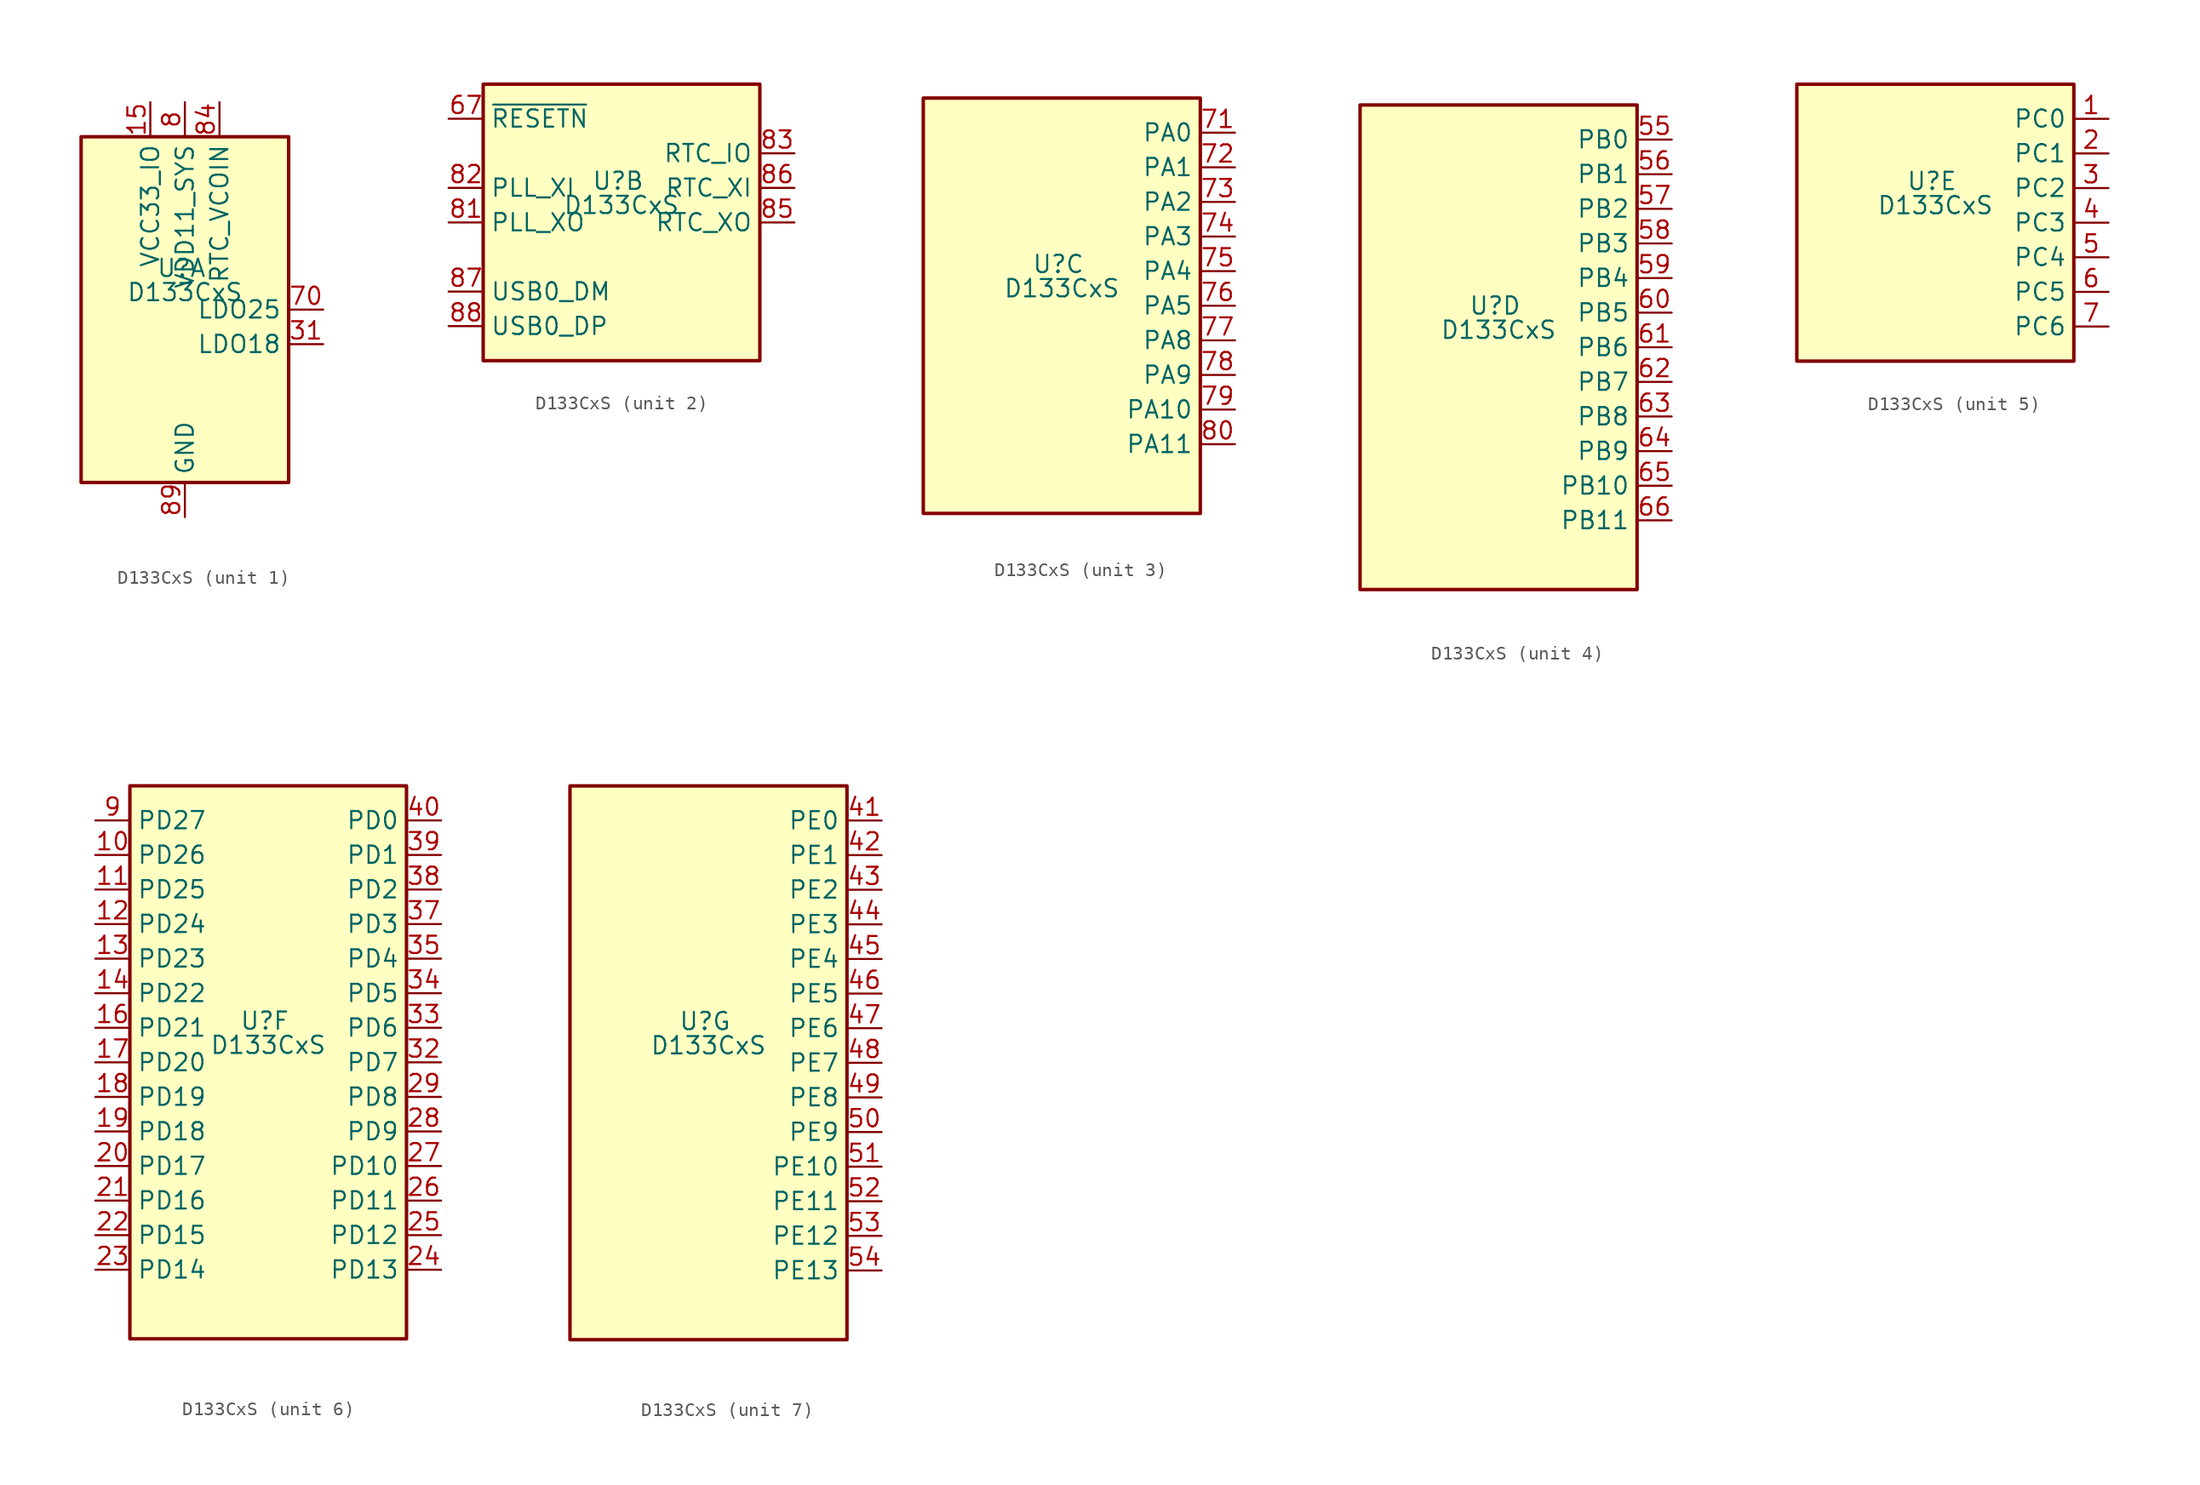
<source format=kicad_sym>
(kicad_symbol_lib
  (version 20231120)
  (generator "kicad_symbol_editor")
  (generator_version "8.0")
  (symbol "D133CxS"
    (property "Reference" "U"
      (at -0.254 3.048 0)
      (effects (font (size 1.27 1.27))))
    (property "Value" "D133CxS"
      (at 0 1.27 0)
      (effects (font (size 1.27 1.27))))
    (property "ki_locked" ""
      (at 0 0 0)
      (effects (font (size 1.27 1.27))))
    (symbol "D133CxS_1_0"
      (pin power_in line (at -2.54 15.24 270) (length 2.54) (name "VCC33_IO" (effects (font (size 1.27 1.27)))) (number "15" (effects (font (size 1.27 1.27)))))
      (pin bidirectional line (at 0 15.24 270) (length 2.54) hide (name "VDD11_SYS" (effects (font (size 1.27 1.27)))) (number "30" (effects (font (size 1.27 1.27)))))
      (pin power_out line (at 10.16 -2.54 180) (length 2.54) (name "LDO18" (effects (font (size 1.27 1.27)))) (number "31" (effects (font (size 1.27 1.27)))))
      (pin passive line (at -2.54 15.24 270) (length 2.54) hide (name "VCC33_IO" (effects (font (size 1.27 1.27)))) (number "36" (effects (font (size 1.27 1.27)))))
      (pin bidirectional line (at 0 15.24 270) (length 2.54) hide (name "VDD11_SYS" (effects (font (size 1.27 1.27)))) (number "68" (effects (font (size 1.27 1.27)))))
      (pin passive line (at -2.54 15.24 270) (length 2.54) hide (name "VCC33_IO" (effects (font (size 1.27 1.27)))) (number "69" (effects (font (size 1.27 1.27)))))
      (pin power_out line (at 10.16 0 180) (length 2.54) (name "LDO25" (effects (font (size 1.27 1.27)))) (number "70" (effects (font (size 1.27 1.27)))))
      (pin bidirectional line (at 0 15.24 270) (length 2.54) (name "VDD11_SYS" (effects (font (size 1.27 1.27)))) (number "8" (effects (font (size 1.27 1.27)))))
      (pin power_in line (at 2.54 15.24 270) (length 2.54) (name "RTC_VCOIN" (effects (font (size 1.27 1.27)))) (number "84" (effects (font (size 1.27 1.27)))))
      (pin power_in line (at 0 -15.24 90) (length 2.54) (name "GND" (effects (font (size 1.27 1.27)))) (number "89" (effects (font (size 1.27 1.27))))))
    (symbol "D133CxS_1_1"
      (rectangle (start -7.62 12.7) (end 7.62 -12.7) (stroke (width 0.254) (type default)) (fill (type background))))
    (symbol "D133CxS_2_0"
      (pin input line (at -12.7 7.62 0) (length 2.54) (name "~{RESETN}" (effects (font (size 1.27 1.27)))) (number "67" (effects (font (size 1.27 1.27)))))
      (pin output line (at -12.7 0 0) (length 2.54) (name "PLL_XO" (effects (font (size 1.27 1.27)))) (number "81" (effects (font (size 1.27 1.27)))))
      (pin input line (at -12.7 2.54 0) (length 2.54) (name "PLL_XI" (effects (font (size 1.27 1.27)))) (number "82" (effects (font (size 1.27 1.27)))))
      (pin output line (at 12.7 5.08 180) (length 2.54) (name "RTC_IO" (effects (font (size 1.27 1.27)))) (number "83" (effects (font (size 1.27 1.27)))))
      (pin output line (at 12.7 0 180) (length 2.54) (name "RTC_XO" (effects (font (size 1.27 1.27)))) (number "85" (effects (font (size 1.27 1.27)))))
      (pin input line (at 12.7 2.54 180) (length 2.54) (name "RTC_XI" (effects (font (size 1.27 1.27)))) (number "86" (effects (font (size 1.27 1.27)))))
      (pin bidirectional line (at -12.7 -5.08 0) (length 2.54) (name "USB0_DM" (effects (font (size 1.27 1.27)))) (number "87" (effects (font (size 1.27 1.27)))))
      (pin bidirectional line (at -12.7 -7.62 0) (length 2.54) (name "USB0_DP" (effects (font (size 1.27 1.27)))) (number "88" (effects (font (size 1.27 1.27))))))
    (symbol "D133CxS_2_1"
      (rectangle (start -10.16 10.16) (end 10.16 -10.16) (stroke (width 0.254) (type default)) (fill (type background))))
    (symbol "D133CxS_3_0"
      (pin bidirectional line (at 12.7 12.7 180) (length 2.54) (name "PA0" (effects (font (size 1.27 1.27)))) (number "71" (effects (font (size 1.27 1.27)))))
      (pin bidirectional line (at 12.7 10.16 180) (length 2.54) (name "PA1" (effects (font (size 1.27 1.27)))) (number "72" (effects (font (size 1.27 1.27)))))
      (pin bidirectional line (at 12.7 7.62 180) (length 2.54) (name "PA2" (effects (font (size 1.27 1.27)))) (number "73" (effects (font (size 1.27 1.27)))))
      (pin bidirectional line (at 12.7 5.08 180) (length 2.54) (name "PA3" (effects (font (size 1.27 1.27)))) (number "74" (effects (font (size 1.27 1.27)))))
      (pin bidirectional line (at 12.7 2.54 180) (length 2.54) (name "PA4" (effects (font (size 1.27 1.27)))) (number "75" (effects (font (size 1.27 1.27)))))
      (pin bidirectional line (at 12.7 0 180) (length 2.54) (name "PA5" (effects (font (size 1.27 1.27)))) (number "76" (effects (font (size 1.27 1.27)))))
      (pin bidirectional line (at 12.7 -2.54 180) (length 2.54) (name "PA8" (effects (font (size 1.27 1.27)))) (number "77" (effects (font (size 1.27 1.27)))))
      (pin bidirectional line (at 12.7 -5.08 180) (length 2.54) (name "PA9" (effects (font (size 1.27 1.27)))) (number "78" (effects (font (size 1.27 1.27)))))
      (pin bidirectional line (at 12.7 -7.62 180) (length 2.54) (name "PA10" (effects (font (size 1.27 1.27)))) (number "79" (effects (font (size 1.27 1.27)))))
      (pin bidirectional line (at 12.7 -10.16 180) (length 2.54) (name "PA11" (effects (font (size 1.27 1.27)))) (number "80" (effects (font (size 1.27 1.27))))))
    (symbol "D133CxS_3_1"
      (rectangle (start -10.16 15.24) (end 10.16 -15.24) (stroke (width 0.254) (type default)) (fill (type background))))
    (symbol "D133CxS_4_0"
      (pin bidirectional line (at 12.7 15.24 180) (length 2.54) (name "PB0" (effects (font (size 1.27 1.27)))) (number "55" (effects (font (size 1.27 1.27)))))
      (pin bidirectional line (at 12.7 12.7 180) (length 2.54) (name "PB1" (effects (font (size 1.27 1.27)))) (number "56" (effects (font (size 1.27 1.27)))))
      (pin bidirectional line (at 12.7 10.16 180) (length 2.54) (name "PB2" (effects (font (size 1.27 1.27)))) (number "57" (effects (font (size 1.27 1.27)))))
      (pin bidirectional line (at 12.7 7.62 180) (length 2.54) (name "PB3" (effects (font (size 1.27 1.27)))) (number "58" (effects (font (size 1.27 1.27)))))
      (pin bidirectional line (at 12.7 5.08 180) (length 2.54) (name "PB4" (effects (font (size 1.27 1.27)))) (number "59" (effects (font (size 1.27 1.27)))))
      (pin bidirectional line (at 12.7 2.54 180) (length 2.54) (name "PB5" (effects (font (size 1.27 1.27)))) (number "60" (effects (font (size 1.27 1.27)))))
      (pin bidirectional line (at 12.7 0 180) (length 2.54) (name "PB6" (effects (font (size 1.27 1.27)))) (number "61" (effects (font (size 1.27 1.27)))))
      (pin bidirectional line (at 12.7 -2.54 180) (length 2.54) (name "PB7" (effects (font (size 1.27 1.27)))) (number "62" (effects (font (size 1.27 1.27)))))
      (pin bidirectional line (at 12.7 -5.08 180) (length 2.54) (name "PB8" (effects (font (size 1.27 1.27)))) (number "63" (effects (font (size 1.27 1.27)))))
      (pin bidirectional line (at 12.7 -7.62 180) (length 2.54) (name "PB9" (effects (font (size 1.27 1.27)))) (number "64" (effects (font (size 1.27 1.27)))))
      (pin bidirectional line (at 12.7 -10.16 180) (length 2.54) (name "PB10" (effects (font (size 1.27 1.27)))) (number "65" (effects (font (size 1.27 1.27)))))
      (pin bidirectional line (at 12.7 -12.7 180) (length 2.54) (name "PB11" (effects (font (size 1.27 1.27)))) (number "66" (effects (font (size 1.27 1.27))))))
    (symbol "D133CxS_4_1"
      (rectangle (start -10.16 17.78) (end 10.16 -17.78) (stroke (width 0.254) (type default)) (fill (type background))))
    (symbol "D133CxS_5_0"
      (pin bidirectional line (at 12.7 7.62 180) (length 2.54) (name "PC0" (effects (font (size 1.27 1.27)))) (number "1" (effects (font (size 1.27 1.27)))))
      (pin bidirectional line (at 12.7 5.08 180) (length 2.54) (name "PC1" (effects (font (size 1.27 1.27)))) (number "2" (effects (font (size 1.27 1.27)))))
      (pin bidirectional line (at 12.7 2.54 180) (length 2.54) (name "PC2" (effects (font (size 1.27 1.27)))) (number "3" (effects (font (size 1.27 1.27)))))
      (pin bidirectional line (at 12.7 0 180) (length 2.54) (name "PC3" (effects (font (size 1.27 1.27)))) (number "4" (effects (font (size 1.27 1.27)))))
      (pin bidirectional line (at 12.7 -2.54 180) (length 2.54) (name "PC4" (effects (font (size 1.27 1.27)))) (number "5" (effects (font (size 1.27 1.27)))))
      (pin bidirectional line (at 12.7 -5.08 180) (length 2.54) (name "PC5" (effects (font (size 1.27 1.27)))) (number "6" (effects (font (size 1.27 1.27)))))
      (pin bidirectional line (at 12.7 -7.62 180) (length 2.54) (name "PC6" (effects (font (size 1.27 1.27)))) (number "7" (effects (font (size 1.27 1.27))))))
    (symbol "D133CxS_5_1"
      (rectangle (start -10.16 10.16) (end 10.16 -10.16) (stroke (width 0.254) (type default)) (fill (type background))))
    (symbol "D133CxS_6_0"
      (pin bidirectional line (at -12.7 15.24 0) (length 2.54) (name "PD26" (effects (font (size 1.27 1.27)))) (number "10" (effects (font (size 1.27 1.27)))))
      (pin bidirectional line (at -12.7 12.7 0) (length 2.54) (name "PD25" (effects (font (size 1.27 1.27)))) (number "11" (effects (font (size 1.27 1.27)))))
      (pin bidirectional line (at -12.7 10.16 0) (length 2.54) (name "PD24" (effects (font (size 1.27 1.27)))) (number "12" (effects (font (size 1.27 1.27)))))
      (pin bidirectional line (at -12.7 7.62 0) (length 2.54) (name "PD23" (effects (font (size 1.27 1.27)))) (number "13" (effects (font (size 1.27 1.27)))))
      (pin bidirectional line (at -12.7 5.08 0) (length 2.54) (name "PD22" (effects (font (size 1.27 1.27)))) (number "14" (effects (font (size 1.27 1.27)))))
      (pin bidirectional line (at -12.7 2.54 0) (length 2.54) (name "PD21" (effects (font (size 1.27 1.27)))) (number "16" (effects (font (size 1.27 1.27)))))
      (pin bidirectional line (at -12.7 0 0) (length 2.54) (name "PD20" (effects (font (size 1.27 1.27)))) (number "17" (effects (font (size 1.27 1.27)))))
      (pin bidirectional line (at -12.7 -2.54 0) (length 2.54) (name "PD19" (effects (font (size 1.27 1.27)))) (number "18" (effects (font (size 1.27 1.27)))))
      (pin bidirectional line (at -12.7 -5.08 0) (length 2.54) (name "PD18" (effects (font (size 1.27 1.27)))) (number "19" (effects (font (size 1.27 1.27)))))
      (pin bidirectional line (at -12.7 -7.62 0) (length 2.54) (name "PD17" (effects (font (size 1.27 1.27)))) (number "20" (effects (font (size 1.27 1.27)))))
      (pin bidirectional line (at -12.7 -10.16 0) (length 2.54) (name "PD16" (effects (font (size 1.27 1.27)))) (number "21" (effects (font (size 1.27 1.27)))))
      (pin bidirectional line (at -12.7 -12.7 0) (length 2.54) (name "PD15" (effects (font (size 1.27 1.27)))) (number "22" (effects (font (size 1.27 1.27)))))
      (pin bidirectional line (at -12.7 -15.24 0) (length 2.54) (name "PD14" (effects (font (size 1.27 1.27)))) (number "23" (effects (font (size 1.27 1.27)))))
      (pin bidirectional line (at 12.7 -15.24 180) (length 2.54) (name "PD13" (effects (font (size 1.27 1.27)))) (number "24" (effects (font (size 1.27 1.27)))))
      (pin bidirectional line (at 12.7 -12.7 180) (length 2.54) (name "PD12" (effects (font (size 1.27 1.27)))) (number "25" (effects (font (size 1.27 1.27)))))
      (pin bidirectional line (at 12.7 -10.16 180) (length 2.54) (name "PD11" (effects (font (size 1.27 1.27)))) (number "26" (effects (font (size 1.27 1.27)))))
      (pin bidirectional line (at 12.7 -7.62 180) (length 2.54) (name "PD10" (effects (font (size 1.27 1.27)))) (number "27" (effects (font (size 1.27 1.27)))))
      (pin bidirectional line (at 12.7 -5.08 180) (length 2.54) (name "PD9" (effects (font (size 1.27 1.27)))) (number "28" (effects (font (size 1.27 1.27)))))
      (pin bidirectional line (at 12.7 -2.54 180) (length 2.54) (name "PD8" (effects (font (size 1.27 1.27)))) (number "29" (effects (font (size 1.27 1.27)))))
      (pin bidirectional line (at 12.7 0 180) (length 2.54) (name "PD7" (effects (font (size 1.27 1.27)))) (number "32" (effects (font (size 1.27 1.27)))))
      (pin bidirectional line (at 12.7 2.54 180) (length 2.54) (name "PD6" (effects (font (size 1.27 1.27)))) (number "33" (effects (font (size 1.27 1.27)))))
      (pin bidirectional line (at 12.7 5.08 180) (length 2.54) (name "PD5" (effects (font (size 1.27 1.27)))) (number "34" (effects (font (size 1.27 1.27)))))
      (pin bidirectional line (at 12.7 7.62 180) (length 2.54) (name "PD4" (effects (font (size 1.27 1.27)))) (number "35" (effects (font (size 1.27 1.27)))))
      (pin bidirectional line (at 12.7 10.16 180) (length 2.54) (name "PD3" (effects (font (size 1.27 1.27)))) (number "37" (effects (font (size 1.27 1.27)))))
      (pin bidirectional line (at 12.7 12.7 180) (length 2.54) (name "PD2" (effects (font (size 1.27 1.27)))) (number "38" (effects (font (size 1.27 1.27)))))
      (pin bidirectional line (at 12.7 15.24 180) (length 2.54) (name "PD1" (effects (font (size 1.27 1.27)))) (number "39" (effects (font (size 1.27 1.27)))))
      (pin bidirectional line (at 12.7 17.78 180) (length 2.54) (name "PD0" (effects (font (size 1.27 1.27)))) (number "40" (effects (font (size 1.27 1.27)))))
      (pin bidirectional line (at -12.7 17.78 0) (length 2.54) (name "PD27" (effects (font (size 1.27 1.27)))) (number "9" (effects (font (size 1.27 1.27))))))
    (symbol "D133CxS_6_1"
      (rectangle (start -10.16 20.32) (end 10.16 -20.32) (stroke (width 0.254) (type default)) (fill (type background))))
    (symbol "D133CxS_7_0"
      (pin bidirectional line (at 12.7 17.78 180) (length 2.54) (name "PE0" (effects (font (size 1.27 1.27)))) (number "41" (effects (font (size 1.27 1.27)))))
      (pin bidirectional line (at 12.7 15.24 180) (length 2.54) (name "PE1" (effects (font (size 1.27 1.27)))) (number "42" (effects (font (size 1.27 1.27)))))
      (pin bidirectional line (at 12.7 12.7 180) (length 2.54) (name "PE2" (effects (font (size 1.27 1.27)))) (number "43" (effects (font (size 1.27 1.27)))))
      (pin bidirectional line (at 12.7 10.16 180) (length 2.54) (name "PE3" (effects (font (size 1.27 1.27)))) (number "44" (effects (font (size 1.27 1.27)))))
      (pin bidirectional line (at 12.7 7.62 180) (length 2.54) (name "PE4" (effects (font (size 1.27 1.27)))) (number "45" (effects (font (size 1.27 1.27)))))
      (pin bidirectional line (at 12.7 5.08 180) (length 2.54) (name "PE5" (effects (font (size 1.27 1.27)))) (number "46" (effects (font (size 1.27 1.27)))))
      (pin bidirectional line (at 12.7 2.54 180) (length 2.54) (name "PE6" (effects (font (size 1.27 1.27)))) (number "47" (effects (font (size 1.27 1.27)))))
      (pin bidirectional line (at 12.7 0 180) (length 2.54) (name "PE7" (effects (font (size 1.27 1.27)))) (number "48" (effects (font (size 1.27 1.27)))))
      (pin bidirectional line (at 12.7 -2.54 180) (length 2.54) (name "PE8" (effects (font (size 1.27 1.27)))) (number "49" (effects (font (size 1.27 1.27)))))
      (pin bidirectional line (at 12.7 -5.08 180) (length 2.54) (name "PE9" (effects (font (size 1.27 1.27)))) (number "50" (effects (font (size 1.27 1.27)))))
      (pin bidirectional line (at 12.7 -7.62 180) (length 2.54) (name "PE10" (effects (font (size 1.27 1.27)))) (number "51" (effects (font (size 1.27 1.27)))))
      (pin bidirectional line (at 12.7 -10.16 180) (length 2.54) (name "PE11" (effects (font (size 1.27 1.27)))) (number "52" (effects (font (size 1.27 1.27)))))
      (pin bidirectional line (at 12.7 -12.7 180) (length 2.54) (name "PE12" (effects (font (size 1.27 1.27)))) (number "53" (effects (font (size 1.27 1.27)))))
      (pin bidirectional line (at 12.7 -15.24 180) (length 2.54) (name "PE13" (effects (font (size 1.27 1.27)))) (number "54" (effects (font (size 1.27 1.27))))))
    (symbol "D133CxS_7_1"
      (rectangle (start -10.16 20.32) (end 10.16 -20.32) (stroke (width 0.254) (type default)) (fill (type background))))))
</source>
